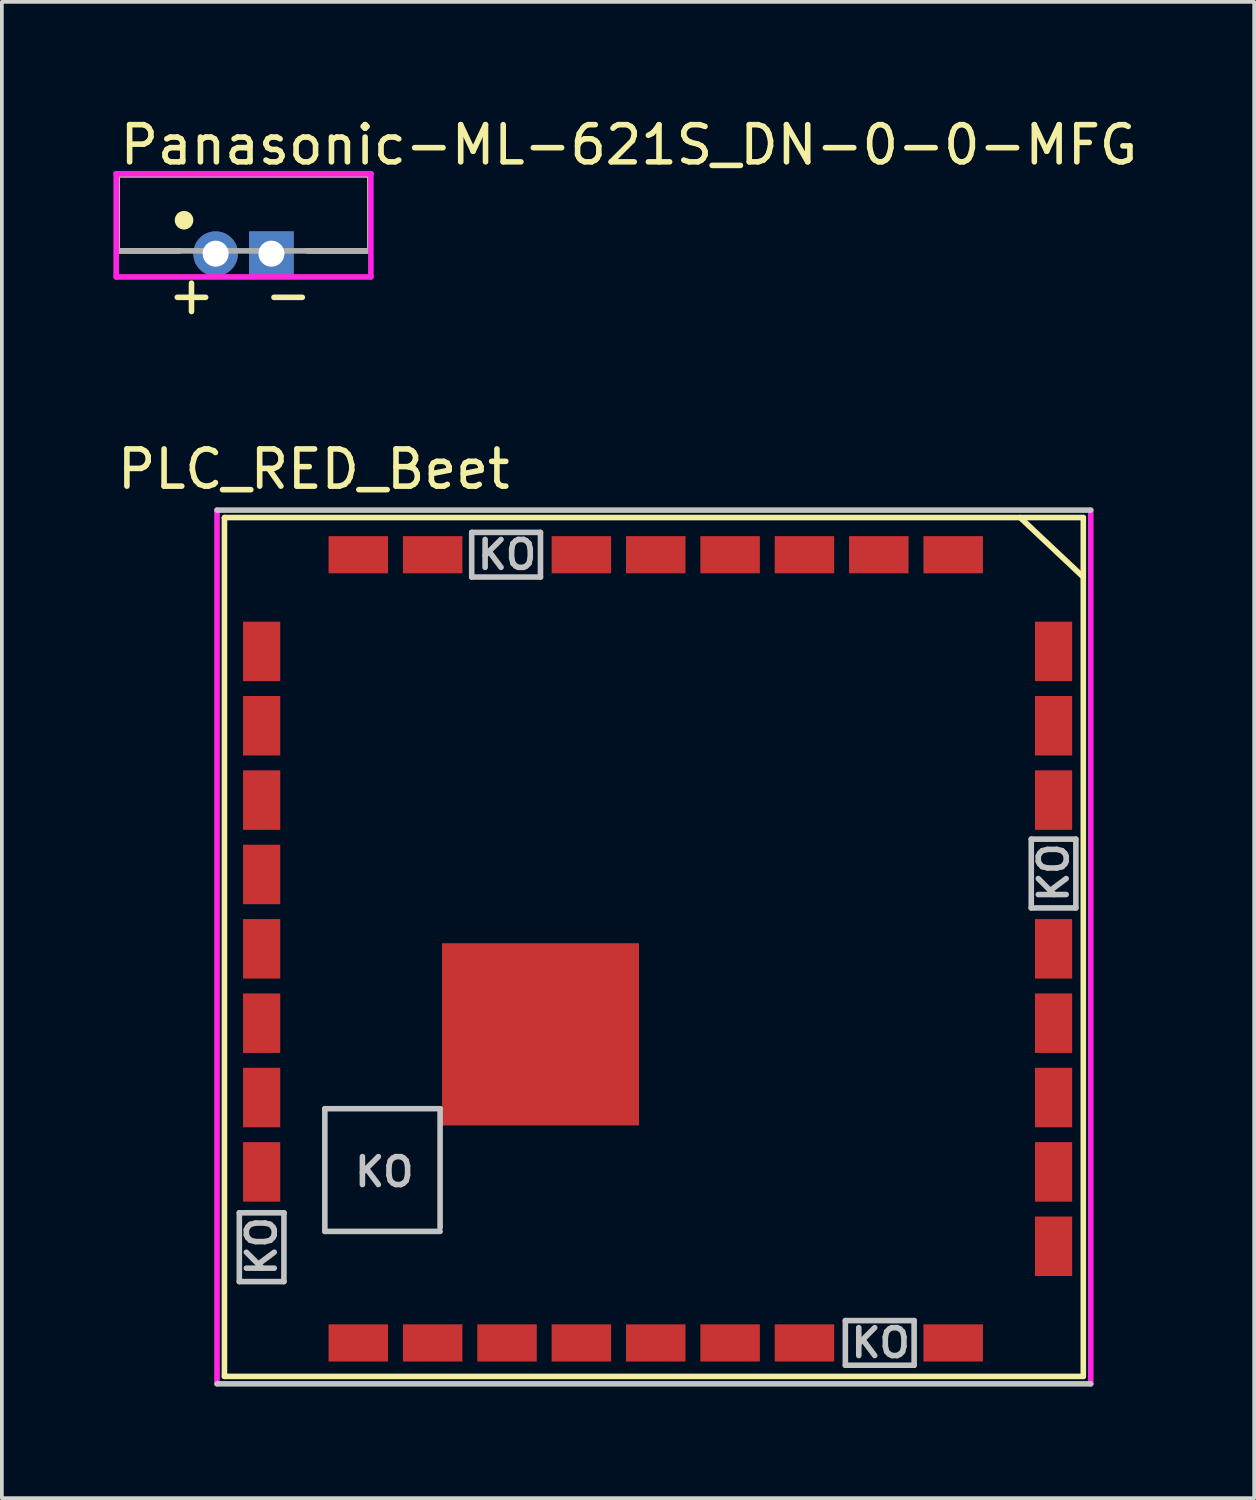
<source format=kicad_pcb>
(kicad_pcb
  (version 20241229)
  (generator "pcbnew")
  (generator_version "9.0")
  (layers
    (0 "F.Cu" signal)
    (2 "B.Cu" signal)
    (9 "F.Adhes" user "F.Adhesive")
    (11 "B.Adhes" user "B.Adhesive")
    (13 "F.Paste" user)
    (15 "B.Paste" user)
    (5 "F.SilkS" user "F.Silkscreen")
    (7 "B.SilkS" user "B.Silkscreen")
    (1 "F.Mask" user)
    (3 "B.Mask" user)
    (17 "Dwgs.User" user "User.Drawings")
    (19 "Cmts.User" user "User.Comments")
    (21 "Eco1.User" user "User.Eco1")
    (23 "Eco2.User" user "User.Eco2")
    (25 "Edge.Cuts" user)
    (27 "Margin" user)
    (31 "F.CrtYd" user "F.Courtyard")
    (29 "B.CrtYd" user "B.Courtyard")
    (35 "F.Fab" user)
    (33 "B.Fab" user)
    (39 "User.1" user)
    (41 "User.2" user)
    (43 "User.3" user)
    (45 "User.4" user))
  (footprint "PLC_RED_Beet"
    (layer "F.Cu")
    (at 3.987 11.87)
    (property "Reference" "PLC_RED_Beet" (at 1.4 -2.3 0) (layer "F.SilkS") (effects (font (size 1 1) (thickness 0.15))))
    (attr smd)
    (fp_line (start -1 22.1) (end -1 -1) (stroke (width 0.15) (type solid)) (layer "F.SilkS"))
    (fp_line (start -1 22.1) (end 22.1 22.1) (stroke (width 0.15) (type solid)) (layer "F.SilkS"))
    (fp_line (start 20.4 -1) (end 22.1 0.6) (stroke (width 0.15) (type solid)) (layer "F.SilkS"))
    (fp_line (start 22.1 -1) (end -1 -1) (stroke (width 0.15) (type solid)) (layer "F.SilkS"))
    (fp_line (start 22.1 22.1) (end 22.1 -1) (stroke (width 0.15) (type solid)) (layer "F.SilkS"))
    (fp_line (start -0.6 17.7) (end -0.6 19.55) (stroke (width 0.15) (type solid)) (layer "Dwgs.User"))
    (fp_line (start -0.6 19.55) (end 0.6 19.55) (stroke (width 0.15) (type solid)) (layer "Dwgs.User"))
    (fp_line (start 0.6 17.7) (end -0.6 17.7) (stroke (width 0.15) (type solid)) (layer "Dwgs.User"))
    (fp_line (start 0.6 19.55) (end 0.6 17.7) (stroke (width 0.15) (type solid)) (layer "Dwgs.User"))
    (fp_line (start 1.7 14.9) (end 1.7 18.2) (stroke (width 0.15) (type solid)) (layer "Dwgs.User"))
    (fp_line (start 4.8 14.9) (end 1.7 14.9) (stroke (width 0.15) (type solid)) (layer "Dwgs.User"))
    (fp_line (start 4.8 18.1) (end 4.8 14.9) (stroke (width 0.15) (type solid)) (layer "Dwgs.User"))
    (fp_line (start 4.8 18.2) (end 1.7 18.2) (stroke (width 0.15) (type solid)) (layer "Dwgs.User"))
    (fp_line (start 5.65 -0.6) (end 5.65 0.6) (stroke (width 0.15) (type solid)) (layer "Dwgs.User"))
    (fp_line (start 5.65 0.6) (end 7.5 0.6) (stroke (width 0.15) (type solid)) (layer "Dwgs.User"))
    (fp_line (start 7.5 -0.6) (end 5.65 -0.6) (stroke (width 0.15) (type solid)) (layer "Dwgs.User"))
    (fp_line (start 7.5 0.6) (end 7.5 -0.6) (stroke (width 0.15) (type solid)) (layer "Dwgs.User"))
    (fp_line (start 15.7 20.6) (end 15.7 21.8) (stroke (width 0.15) (type solid)) (layer "Dwgs.User"))
    (fp_line (start 15.7 21.8) (end 17.55 21.8) (stroke (width 0.15) (type solid)) (layer "Dwgs.User"))
    (fp_line (start 17.55 20.6) (end 15.7 20.6) (stroke (width 0.15) (type solid)) (layer "Dwgs.User"))
    (fp_line (start 17.55 21.8) (end 17.55 20.6) (stroke (width 0.15) (type solid)) (layer "Dwgs.User"))
    (fp_line (start 20.7 7.65) (end 20.7 9.5) (stroke (width 0.15) (type solid)) (layer "Dwgs.User"))
    (fp_line (start 20.7 9.5) (end 21.9 9.5) (stroke (width 0.15) (type solid)) (layer "Dwgs.User"))
    (fp_line (start 21.9 7.65) (end 20.7 7.65) (stroke (width 0.15) (type solid)) (layer "Dwgs.User"))
    (fp_line (start 21.9 9.5) (end 21.9 7.65) (stroke (width 0.15) (type solid)) (layer "Dwgs.User"))
    (fp_line (start 22.3 -1.2) (end -1.2 -1.2) (stroke (width 0.15) (type solid)) (layer "Dwgs.User"))
    (fp_line (start 22.3 22.3) (end -1.2 22.3) (stroke (width 0.15) (type solid)) (layer "Dwgs.User"))
    (fp_line (start -1.2 -1.2) (end -1.2 22.3) (stroke (width 0.15) (type solid)) (layer "F.CrtYd"))
    (fp_line (start 22.3 -1.2) (end 22.3 22.3) (stroke (width 0.15) (type solid)) (layer "F.CrtYd"))
    (fp_text user "KO" (at 6.6 0 0) (layer "Dwgs.User") (effects (font (size 0.75 0.75) (thickness 0.15))))
    (fp_text user "KO" (at 0 18.6 90) (layer "Dwgs.User") (effects (font (size 0.75 0.75) (thickness 0.15))))
    (fp_text user "KO" (at 3.3 16.6 0) (layer "Dwgs.User") (effects (font (size 0.75 0.75) (thickness 0.15))))
    (fp_text user "KO" (at 16.65 21.2 0) (layer "Dwgs.User") (effects (font (size 0.75 0.75) (thickness 0.15))))
    (fp_text user "KO" (at 21.3 8.55 90) (layer "Dwgs.User") (effects (font (size 0.75 0.75) (thickness 0.15))))
    (pad "" smd rect (at 6.2 14.1) (size 2.4 2.2) (layers "F.Paste"))
    (pad "" smd rect (at 6.3 11.8) (size 2.4 2.2) (layers "F.Paste"))
    (pad "" smd rect (at 8.8 11.7) (size 2.4 2.2) (layers "F.Paste"))
    (pad "" smd rect (at 8.8 14.1) (size 2.4 2.2) (layers "F.Paste"))
    (pad "1" smd rect (at 18.6 0) (size 1.6 1) (layers "F.Cu" "F.Mask" "F.Paste"))
    (pad "2" smd rect (at 16.6 0) (size 1.6 1) (layers "F.Cu" "F.Mask" "F.Paste"))
    (pad "3" smd rect (at 14.6 0) (size 1.6 1) (layers "F.Cu" "F.Mask" "F.Paste"))
    (pad "4" smd rect (at 12.6 0) (size 1.6 1) (layers "F.Cu" "F.Mask" "F.Paste"))
    (pad "5" smd rect (at 10.6 0) (size 1.6 1) (layers "F.Cu" "F.Mask" "F.Paste"))
    (pad "6" smd rect (at 8.6 0) (size 1.6 1) (layers "F.Cu" "F.Mask" "F.Paste"))
    (pad "7" smd rect (at 4.6 0) (size 1.6 1) (layers "F.Cu" "F.Mask" "F.Paste"))
    (pad "8" smd rect (at 2.6 0) (size 1.6 1) (layers "F.Cu" "F.Mask" "F.Paste"))
    (pad "9" smd rect (at 0 2.6 90) (size 1.6 1) (layers "F.Cu" "F.Mask" "F.Paste"))
    (pad "10" smd rect (at 0 4.6 90) (size 1.6 1) (layers "F.Cu" "F.Mask" "F.Paste"))
    (pad "11" smd rect (at 0 6.6 90) (size 1.6 1) (layers "F.Cu" "F.Mask" "F.Paste"))
    (pad "12" smd rect (at 0 8.6 90) (size 1.6 1) (layers "F.Cu" "F.Mask" "F.Paste"))
    (pad "13" smd rect (at 0 10.6 90) (size 1.6 1) (layers "F.Cu" "F.Mask" "F.Paste"))
    (pad "14" smd rect (at 0 12.6 90) (size 1.6 1) (layers "F.Cu" "F.Mask" "F.Paste"))
    (pad "15" smd rect (at 0 14.6 90) (size 1.6 1) (layers "F.Cu" "F.Mask" "F.Paste"))
    (pad "16" smd rect (at 0 16.6 90) (size 1.6 1) (layers "F.Cu" "F.Mask" "F.Paste"))
    (pad "17" smd rect (at 2.6 21.2) (size 1.6 1) (layers "F.Cu" "F.Mask" "F.Paste"))
    (pad "18" smd rect (at 4.6 21.2) (size 1.6 1) (layers "F.Cu" "F.Mask" "F.Paste"))
    (pad "19" smd rect (at 6.6 21.2) (size 1.6 1) (layers "F.Cu" "F.Mask" "F.Paste"))
    (pad "20" smd rect (at 8.6 21.2) (size 1.6 1) (layers "F.Cu" "F.Mask" "F.Paste"))
    (pad "21" smd rect (at 10.6 21.2) (size 1.6 1) (layers "F.Cu" "F.Mask" "F.Paste"))
    (pad "22" smd rect (at 12.6 21.2) (size 1.6 1) (layers "F.Cu" "F.Mask" "F.Paste"))
    (pad "23" smd rect (at 14.6 21.2) (size 1.6 1) (layers "F.Cu" "F.Mask" "F.Paste"))
    (pad "24" smd rect (at 18.6 21.2) (size 1.6 1) (layers "F.Cu" "F.Mask" "F.Paste"))
    (pad "25" smd rect (at 21.3 18.6 90) (size 1.6 1) (layers "F.Cu" "F.Mask" "F.Paste"))
    (pad "26" smd rect (at 21.3 16.6 90) (size 1.6 1) (layers "F.Cu" "F.Mask" "F.Paste"))
    (pad "27" smd rect (at 21.3 14.6 90) (size 1.6 1) (layers "F.Cu" "F.Mask" "F.Paste"))
    (pad "28" smd rect (at 21.3 12.6 90) (size 1.6 1) (layers "F.Cu" "F.Mask" "F.Paste"))
    (pad "29" smd rect (at 21.3 10.6 90) (size 1.6 1) (layers "F.Cu" "F.Mask" "F.Paste"))
    (pad "30" smd rect (at 21.3 6.6 90) (size 1.6 1) (layers "F.Cu" "F.Mask" "F.Paste"))
    (pad "31" smd rect (at 21.3 4.6 90) (size 1.6 1) (layers "F.Cu" "F.Mask" "F.Paste"))
    (pad "32" smd rect (at 21.3 2.6 90) (size 1.6 1) (layers "F.Cu" "F.Mask" "F.Paste"))
    (pad "33" smd rect (at 7.5 12.9) (size 5.3 4.9) (layers "F.Cu" "F.Mask" "F.Paste")))
  (footprint "Panasonic-ML-621S_DN-0-0-MFG"
    (layer "F.Cu")
    (at 3.5 2.673)
    (property "Reference" "Panasonic-ML-621S_DN-0-0-MFG" (at -3.4 -1.825 0) (layer "F.SilkS") (effects (font (size 1 1) (thickness 0.15)) (justify left)))
    (attr through_hole)
    (fp_line (start -3.4 -1.025) (end 3.4 -1.025) (stroke (width 0.15) (type solid)) (layer "F.SilkS"))
    (fp_line (start -3.4 1.025) (end -3.4 -1.025) (stroke (width 0.15) (type solid)) (layer "F.SilkS"))
    (fp_line (start -3.4 1.025) (end -1.725 1.025) (stroke (width 0.15) (type solid)) (layer "F.SilkS"))
    (fp_line (start 1.725 1.025) (end 3.4 1.025) (stroke (width 0.15) (type solid)) (layer "F.SilkS"))
    (fp_line (start 3.4 1.025) (end 3.4 -1.025) (stroke (width 0.15) (type solid)) (layer "F.SilkS"))
    (fp_circle (center -1.6 0.2) (end -1.475 0.2) (stroke (width 0.25) (type solid)) (fill no) (layer "F.SilkS"))
    (fp_line (start -3.425 -1.05) (end -3.425 1.725) (stroke (width 0.15) (type solid)) (layer "F.CrtYd"))
    (fp_line (start -3.425 1.725) (end 3.425 1.725) (stroke (width 0.15) (type solid)) (layer "F.CrtYd"))
    (fp_line (start 3.425 -1.05) (end -3.425 -1.05) (stroke (width 0.15) (type solid)) (layer "F.CrtYd"))
    (fp_line (start 3.425 -1.05) (end 3.425 -1.05) (stroke (width 0.15) (type solid)) (layer "F.CrtYd"))
    (fp_line (start 3.425 1.725) (end 3.425 -1.05) (stroke (width 0.15) (type solid)) (layer "F.CrtYd"))
    (fp_line (start -3.4 -1.025) (end 3.4 -1.025) (stroke (width 0.15) (type solid)) (layer "F.Fab"))
    (fp_line (start -3.4 1.025) (end -3.4 -1.025) (stroke (width 0.15) (type solid)) (layer "F.Fab"))
    (fp_line (start 3.4 -1.025) (end 3.4 1.025) (stroke (width 0.15) (type solid)) (layer "F.Fab"))
    (fp_line (start 3.4 1.025) (end -3.4 1.025) (stroke (width 0.15) (type solid)) (layer "F.Fab"))
    (fp_text user "+" (at -1.4 2.2 0) (unlocked yes) (layer "F.SilkS") (effects (font (size 1 1) (thickness 0.15))))
    (fp_text user "-" (at 1.2 2.2 0) (unlocked yes) (layer "F.SilkS") (effects (font (size 1 1) (thickness 0.15))))
    (pad "1" thru_hole rect (at 0.75 1.1) (size 1.2 1.2) (drill 0.7) (layers "*.Cu" "*.Mask"))
    (pad "2" thru_hole circle (at -0.75 1.1) (size 1.2 1.2) (drill 0.7) (layers "*.Cu" "*.Mask")))
  (gr_rect
    (start -3 -3)
    (end 30.683 37.245)
    (stroke (width 0.1) (type default))
    (fill no)
    (layer "Edge.Cuts")))
</source>
